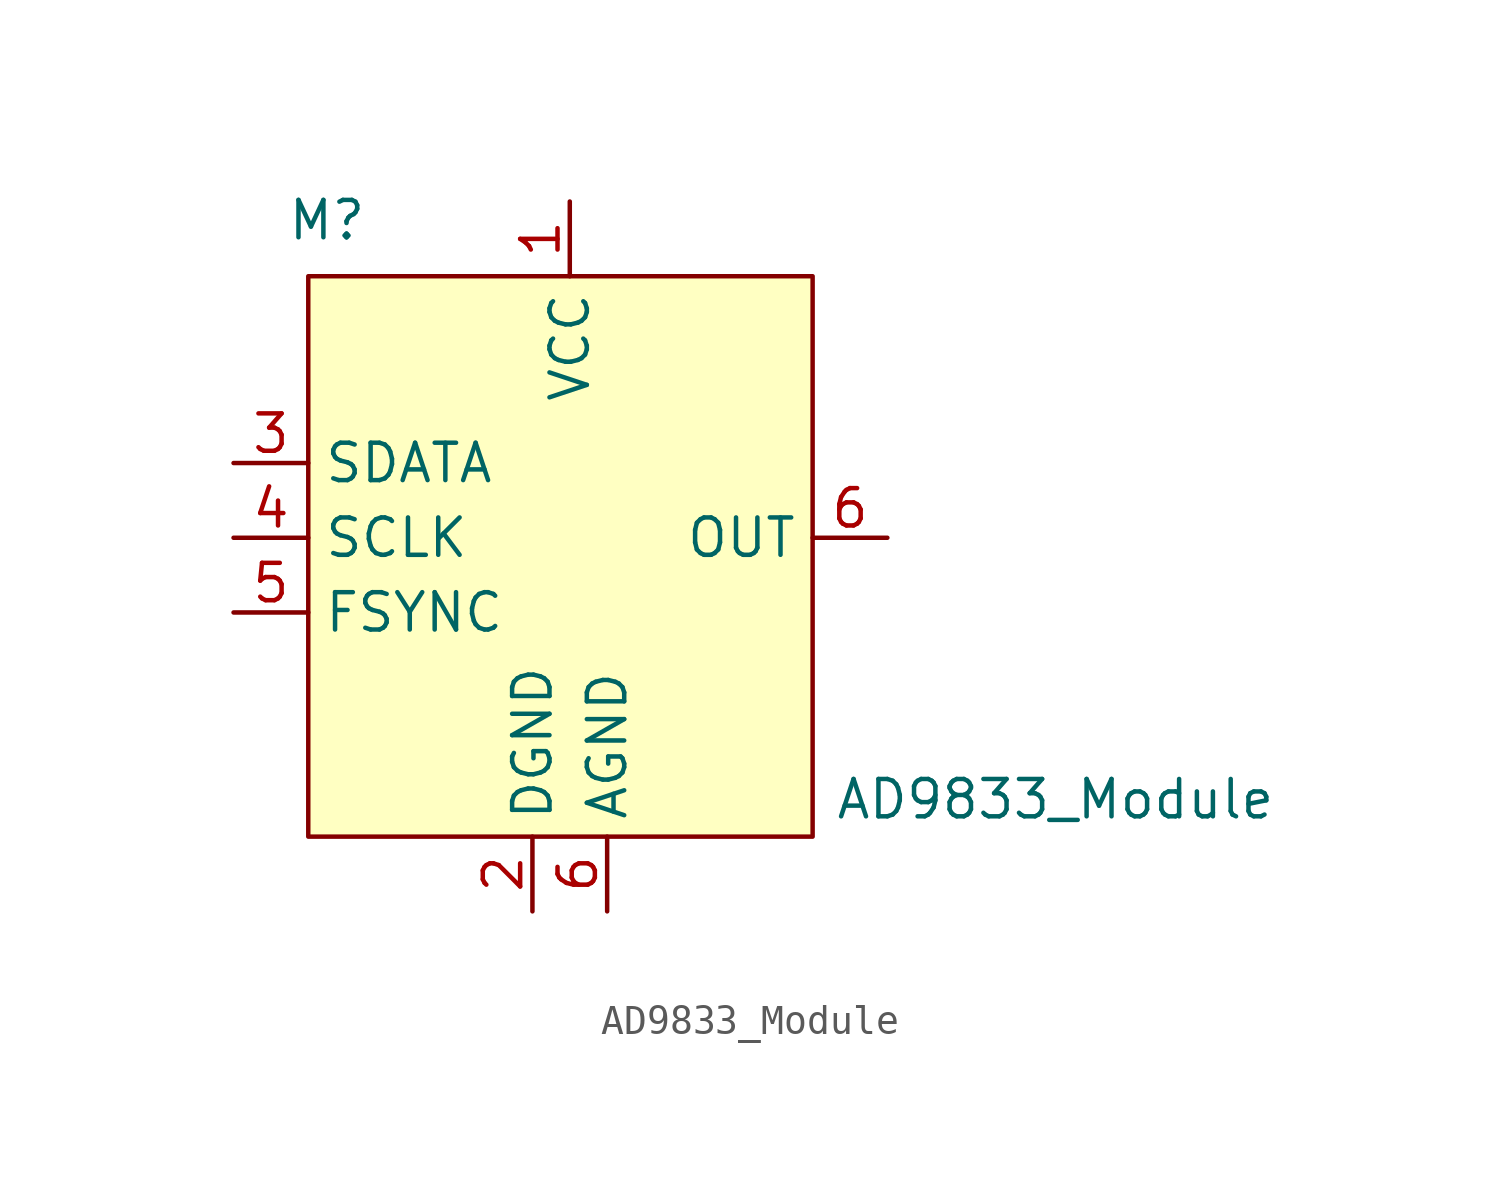
<source format=kicad_sym>
(kicad_symbol_lib
  (version 20211014)
  (generator kicad_symbol_editor)
  (symbol "AD9833_Module"
    (property "Reference" "M"
      (at -8.255 13.335 0)
      (effects (font (size 1.27 1.27))))
    (property "Value" "AD9833_Module"
      (at 16.51 -6.35 0)
      (effects (font (size 1.27 1.27))))
    (symbol "AD9833_Module_0_1"
      (rectangle (start -8.89 11.43) (end 8.255 -7.62) (stroke (width 0.152) (type default) (color 0 0 0 0)) (fill (type background))))
    (symbol "AD9833_Module_1_1"
      (pin input line (at 0 13.97 270) (length 2.54) (name "VCC" (effects (font (size 1.27 1.27)))) (number "1" (effects (font (size 1.27 1.27)))))
      (pin input line (at -1.27 -10.16 90) (length 2.54) (name "DGND" (effects (font (size 1.27 1.27)))) (number "2" (effects (font (size 1.27 1.27)))))
      (pin input line (at -11.43 5.08 0) (length 2.54) (name "SDATA" (effects (font (size 1.27 1.27)))) (number "3" (effects (font (size 1.27 1.27)))))
      (pin input line (at -11.43 2.54 0) (length 2.54) (name "SCLK" (effects (font (size 1.27 1.27)))) (number "4" (effects (font (size 1.27 1.27)))))
      (pin input line (at -11.43 0 0) (length 2.54) (name "FSYNC" (effects (font (size 1.27 1.27)))) (number "5" (effects (font (size 1.27 1.27)))))
      (pin input line (at 1.27 -10.16 90) (length 2.54) (name "AGND" (effects (font (size 1.27 1.27)))) (number "6" (effects (font (size 1.27 1.27)))))
      (pin input line (at 10.795 2.54 180) (length 2.54) (name "OUT" (effects (font (size 1.27 1.27)))) (number "6" (effects (font (size 1.27 1.27))))))))
</source>
